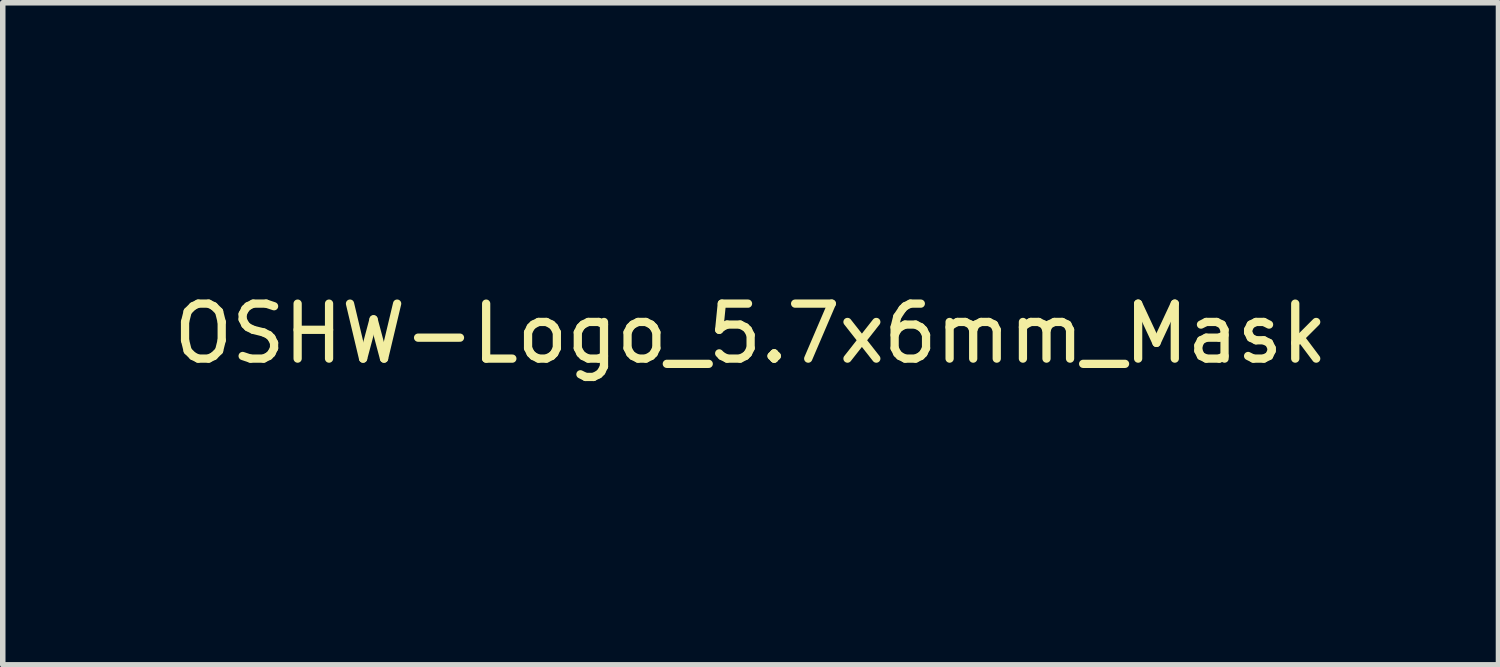
<source format=kicad_pcb>
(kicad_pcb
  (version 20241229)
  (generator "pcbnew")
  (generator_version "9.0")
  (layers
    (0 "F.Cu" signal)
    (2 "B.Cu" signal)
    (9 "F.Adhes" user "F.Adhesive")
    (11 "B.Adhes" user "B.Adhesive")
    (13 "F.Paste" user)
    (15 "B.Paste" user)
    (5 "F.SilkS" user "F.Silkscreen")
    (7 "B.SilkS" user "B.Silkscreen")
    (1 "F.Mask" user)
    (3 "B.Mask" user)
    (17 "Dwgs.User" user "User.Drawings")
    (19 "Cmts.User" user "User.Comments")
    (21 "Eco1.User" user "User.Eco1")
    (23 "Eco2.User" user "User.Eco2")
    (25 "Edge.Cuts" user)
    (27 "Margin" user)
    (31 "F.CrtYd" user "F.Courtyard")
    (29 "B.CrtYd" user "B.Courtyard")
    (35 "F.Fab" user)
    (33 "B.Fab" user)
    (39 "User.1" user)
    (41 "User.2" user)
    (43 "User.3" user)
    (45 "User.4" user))
  (footprint "OSHW-Logo_5.7x6mm_Mask"
    (layer "F.Cu")
    (at 10.601 3.017)
    (property "Reference" "OSHW-Logo_5.7x6mm_Mask" (at 0 0 0) (layer "F.SilkS") (effects (font (size 1 1) (thickness 0.15))))
    (attr exclude_from_pos_files exclude_from_bom)
    (fp_poly (pts (xy 1.799 1.458) (xy 1.843 1.471) (xy 1.871 1.488) (xy 1.88 1.501) (xy 1.877 1.517) (xy 1.861 1.541) (xy 1.847 1.559) (xy 1.819 1.59) (xy 1.798 1.604) (xy 1.78 1.603) (xy 1.726 1.589) (xy 1.687 1.59) (xy 1.655 1.605) (xy 1.644 1.614) (xy 1.61 1.646) (xy 1.61 2.062) (xy 1.471 2.062) (xy 1.471 1.459) (xy 1.54 1.459) (xy 1.582 1.46) (xy 1.603 1.466) (xy 1.61 1.477) (xy 1.61 1.478) (xy 1.612 1.49) (xy 1.626 1.488) (xy 1.644 1.48) (xy 1.682 1.464) (xy 1.713 1.454) (xy 1.753 1.451) (xy 1.799 1.458)) (stroke (width 0.01) (type solid)) (fill yes) (layer "F.Mask"))
    (fp_poly (pts (xy 1.635 2.401) (xy 1.684 2.411) (xy 1.711 2.425) (xy 1.74 2.449) (xy 1.699 2.501) (xy 1.673 2.532) (xy 1.656 2.547) (xy 1.639 2.55) (xy 1.614 2.542) (xy 1.602 2.538) (xy 1.554 2.532) (xy 1.51 2.545) (xy 1.478 2.576) (xy 1.473 2.585) (xy 1.467 2.611) (xy 1.463 2.659) (xy 1.46 2.725) (xy 1.459 2.806) (xy 1.459 2.817) (xy 1.459 3.018) (xy 1.32 3.018) (xy 1.32 2.402) (xy 1.389 2.402) (xy 1.429 2.403) (xy 1.45 2.407) (xy 1.458 2.418) (xy 1.459 2.428) (xy 1.459 2.454) (xy 1.492 2.428) (xy 1.53 2.41) (xy 1.581 2.401) (xy 1.635 2.401)) (stroke (width 0.01) (type solid)) (fill yes) (layer "F.Mask"))
    (fp_poly (pts (xy -0.993 2.403) (xy -0.975 2.409) (xy -0.968 2.421) (xy -0.968 2.427) (xy -0.967 2.442) (xy -0.96 2.445) (xy -0.939 2.434) (xy -0.927 2.427) (xy -0.889 2.411) (xy -0.844 2.403) (xy -0.797 2.403) (xy -0.752 2.409) (xy -0.716 2.42) (xy -0.693 2.436) (xy -0.688 2.456) (xy -0.69 2.462) (xy -0.707 2.485) (xy -0.733 2.513) (xy -0.738 2.517) (xy -0.762 2.538) (xy -0.784 2.545) (xy -0.814 2.54) (xy -0.826 2.537) (xy -0.863 2.529) (xy -0.889 2.533) (xy -0.911 2.545) (xy -0.931 2.561) (xy -0.946 2.581) (xy -0.956 2.609) (xy -0.963 2.648) (xy -0.967 2.704) (xy -0.968 2.779) (xy -0.968 2.824) (xy -0.968 3.018) (xy -1.094 3.018) (xy -1.094 2.402) (xy -1.031 2.402) (xy -0.993 2.403)) (stroke (width 0.01) (type solid)) (fill yes) (layer "F.Mask"))
    (fp_poly (pts (xy 0.993 1.654) (xy 0.995 1.747) (xy 0.999 1.817) (xy 1.008 1.867) (xy 1.022 1.902) (xy 1.042 1.923) (xy 1.071 1.933) (xy 1.107 1.936) (xy 1.144 1.933) (xy 1.172 1.922) (xy 1.192 1.9) (xy 1.206 1.865) (xy 1.214 1.814) (xy 1.219 1.742) (xy 1.22 1.654) (xy 1.22 1.459) (xy 1.358 1.459) (xy 1.358 2.062) (xy 1.289 2.062) (xy 1.247 2.06) (xy 1.226 2.055) (xy 1.22 2.043) (xy 1.216 2.033) (xy 1.202 2.035) (xy 1.173 2.05) (xy 1.106 2.071) (xy 1.036 2.07) (xy 0.968 2.046) (xy 0.936 2.027) (xy 0.912 2.007) (xy 0.894 1.982) (xy 0.881 1.947) (xy 0.874 1.901) (xy 0.87 1.839) (xy 0.868 1.758) (xy 0.868 1.695) (xy 0.868 1.459) (xy 0.993 1.459) (xy 0.993 1.654)) (stroke (width 0.01) (type solid)) (fill yes) (layer "F.Mask"))
    (fp_poly (pts (xy -0.754 1.469) (xy -0.723 1.484) (xy -0.692 1.506) (xy -0.669 1.53) (xy -0.652 1.562) (xy -0.641 1.604) (xy -0.634 1.66) (xy -0.63 1.734) (xy -0.629 1.829) (xy -0.629 1.839) (xy -0.629 2.062) (xy -0.767 2.062) (xy -0.767 1.856) (xy -0.767 1.78) (xy -0.768 1.725) (xy -0.77 1.687) (xy -0.773 1.661) (xy -0.779 1.643) (xy -0.788 1.63) (xy -0.8 1.618) (xy -0.843 1.59) (xy -0.89 1.585) (xy -0.934 1.602) (xy -0.95 1.615) (xy -0.961 1.627) (xy -0.969 1.641) (xy -0.975 1.659) (xy -0.978 1.686) (xy -0.98 1.726) (xy -0.981 1.784) (xy -0.981 1.854) (xy -0.981 2.062) (xy -1.119 2.062) (xy -1.119 1.459) (xy -1.05 1.459) (xy -1.008 1.46) (xy -0.987 1.466) (xy -0.981 1.477) (xy -0.981 1.478) (xy -0.978 1.489) (xy -0.965 1.488) (xy -0.94 1.475) (xy -0.883 1.457) (xy -0.817 1.455) (xy -0.754 1.469)) (stroke (width 0.01) (type solid)) (fill yes) (layer "F.Mask"))
    (fp_poly (pts (xy 2.217 1.464) (xy 2.29 1.495) (xy 2.313 1.51) (xy 2.342 1.533) (xy 2.361 1.551) (xy 2.364 1.557) (xy 2.355 1.57) (xy 2.332 1.593) (xy 2.313 1.608) (xy 2.263 1.649) (xy 2.223 1.615) (xy 2.192 1.594) (xy 2.162 1.586) (xy 2.127 1.588) (xy 2.073 1.602) (xy 2.035 1.63) (xy 2.012 1.675) (xy 2.002 1.741) (xy 2.002 1.741) (xy 2.002 1.815) (xy 2.016 1.869) (xy 2.044 1.906) (xy 2.063 1.918) (xy 2.114 1.934) (xy 2.168 1.934) (xy 2.215 1.919) (xy 2.226 1.911) (xy 2.253 1.893) (xy 2.275 1.889) (xy 2.299 1.903) (xy 2.325 1.929) (xy 2.366 1.971) (xy 2.32 2.008) (xy 2.25 2.051) (xy 2.17 2.072) (xy 2.087 2.07) (xy 2.033 2.056) (xy 1.969 2.022) (xy 1.918 1.968) (xy 1.895 1.93) (xy 1.876 1.876) (xy 1.867 1.806) (xy 1.867 1.731) (xy 1.876 1.659) (xy 1.894 1.599) (xy 1.897 1.593) (xy 1.94 1.532) (xy 1.998 1.488) (xy 2.067 1.461) (xy 2.141 1.453) (xy 2.217 1.464)) (stroke (width 0.01) (type solid)) (fill yes) (layer "F.Mask"))
    (fp_poly (pts (xy 0.611 1.466) (xy 0.674 1.501) (xy 0.724 1.555) (xy 0.748 1.6) (xy 0.758 1.639) (xy 0.764 1.695) (xy 0.767 1.76) (xy 0.766 1.824) (xy 0.761 1.881) (xy 0.755 1.912) (xy 0.734 1.953) (xy 0.698 1.997) (xy 0.656 2.036) (xy 0.613 2.061) (xy 0.612 2.061) (xy 0.56 2.072) (xy 0.497 2.073) (xy 0.438 2.063) (xy 0.415 2.055) (xy 0.356 2.021) (xy 0.314 1.978) (xy 0.286 1.92) (xy 0.271 1.844) (xy 0.267 1.804) (xy 0.268 1.754) (xy 0.402 1.754) (xy 0.407 1.827) (xy 0.42 1.882) (xy 0.441 1.918) (xy 0.456 1.928) (xy 0.493 1.935) (xy 0.539 1.933) (xy 0.577 1.923) (xy 0.588 1.917) (xy 0.615 1.885) (xy 0.632 1.835) (xy 0.64 1.774) (xy 0.636 1.708) (xy 0.628 1.669) (xy 0.604 1.624) (xy 0.567 1.595) (xy 0.522 1.586) (xy 0.475 1.596) (xy 0.439 1.621) (xy 0.42 1.642) (xy 0.409 1.662) (xy 0.404 1.69) (xy 0.402 1.733) (xy 0.402 1.754) (xy 0.268 1.754) (xy 0.268 1.698) (xy 0.285 1.611) (xy 0.319 1.543) (xy 0.369 1.494) (xy 0.435 1.464) (xy 0.45 1.46) (xy 0.535 1.452) (xy 0.611 1.466)) (stroke (width 0.01) (type solid)) (fill yes) (layer "F.Mask"))
    (fp_poly (pts (xy 0.282 2.404) (xy 0.331 2.408) (xy 0.461 2.798) (xy 0.482 2.729) (xy 0.494 2.686) (xy 0.51 2.628) (xy 0.528 2.565) (xy 0.537 2.531) (xy 0.571 2.402) (xy 0.714 2.402) (xy 0.672 2.537) (xy 0.651 2.603) (xy 0.625 2.684) (xy 0.599 2.767) (xy 0.575 2.842) (xy 0.521 3.012) (xy 0.463 3.015) (xy 0.404 3.019) (xy 0.373 2.915) (xy 0.353 2.85) (xy 0.332 2.778) (xy 0.313 2.715) (xy 0.313 2.713) (xy 0.299 2.67) (xy 0.286 2.641) (xy 0.278 2.63) (xy 0.276 2.631) (xy 0.27 2.648) (xy 0.258 2.685) (xy 0.242 2.736) (xy 0.224 2.798) (xy 0.214 2.832) (xy 0.159 3.018) (xy 0.043 3.018) (xy -0.049 2.725) (xy -0.075 2.643) (xy -0.099 2.569) (xy -0.119 2.506) (xy -0.135 2.457) (xy -0.145 2.426) (xy -0.148 2.417) (xy -0.146 2.407) (xy -0.127 2.403) (xy -0.087 2.404) (xy -0.081 2.404) (xy -0.008 2.408) (xy 0.04 2.584) (xy 0.058 2.648) (xy 0.073 2.705) (xy 0.086 2.748) (xy 0.094 2.775) (xy 0.095 2.779) (xy 0.101 2.774) (xy 0.113 2.749) (xy 0.13 2.706) (xy 0.15 2.65) (xy 0.167 2.599) (xy 0.232 2.401) (xy 0.282 2.404)) (stroke (width 0.01) (type solid)) (fill yes) (layer "F.Mask"))
    (fp_poly (pts (xy -2.538 1.465) (xy -2.472 1.494) (xy -2.423 1.543) (xy -2.388 1.611) (xy -2.37 1.699) (xy -2.369 1.712) (xy -2.368 1.809) (xy -2.381 1.894) (xy -2.408 1.962) (xy -2.423 1.984) (xy -2.473 2.031) (xy -2.538 2.061) (xy -2.61 2.074) (xy -2.683 2.067) (xy -2.739 2.048) (xy -2.787 2.015) (xy -2.826 1.971) (xy -2.827 1.97) (xy -2.843 1.943) (xy -2.853 1.916) (xy -2.86 1.882) (xy -2.863 1.834) (xy -2.865 1.795) (xy -2.866 1.759) (xy -2.74 1.759) (xy -2.739 1.795) (xy -2.734 1.842) (xy -2.726 1.872) (xy -2.712 1.894) (xy -2.699 1.907) (xy -2.652 1.933) (xy -2.603 1.937) (xy -2.557 1.918) (xy -2.534 1.896) (xy -2.517 1.875) (xy -2.507 1.854) (xy -2.503 1.828) (xy -2.503 1.788) (xy -2.504 1.751) (xy -2.507 1.698) (xy -2.512 1.664) (xy -2.52 1.641) (xy -2.533 1.624) (xy -2.544 1.615) (xy -2.589 1.589) (xy -2.637 1.588) (xy -2.678 1.603) (xy -2.713 1.635) (xy -2.733 1.687) (xy -2.74 1.759) (xy -2.866 1.759) (xy -2.866 1.717) (xy -2.864 1.658) (xy -2.856 1.614) (xy -2.843 1.579) (xy -2.822 1.549) (xy -2.814 1.539) (xy -2.766 1.494) (xy -2.714 1.467) (xy -2.651 1.456) (xy -2.62 1.455) (xy -2.538 1.465)) (stroke (width 0.01) (type solid)) (fill yes) (layer "F.Mask"))
    (fp_poly (pts (xy -0.201 3.018) (xy -0.27 3.018) (xy -0.31 3.017) (xy -0.331 3.012) (xy -0.339 3.001) (xy -0.34 2.994) (xy -0.341 2.98) (xy -0.349 2.977) (xy -0.37 2.986) (xy -0.386 2.994) (xy -0.449 3.014) (xy -0.517 3.015) (xy -0.573 3) (xy -0.624 2.965) (xy -0.664 2.913) (xy -0.685 2.851) (xy -0.686 2.848) (xy -0.689 2.811) (xy -0.691 2.757) (xy -0.691 2.716) (xy -0.553 2.716) (xy -0.55 2.77) (xy -0.543 2.815) (xy -0.533 2.84) (xy -0.496 2.874) (xy -0.452 2.887) (xy -0.407 2.877) (xy -0.368 2.847) (xy -0.353 2.827) (xy -0.345 2.803) (xy -0.34 2.768) (xy -0.34 2.716) (xy -0.341 2.664) (xy -0.346 2.619) (xy -0.353 2.588) (xy -0.354 2.585) (xy -0.38 2.553) (xy -0.42 2.535) (xy -0.463 2.532) (xy -0.504 2.545) (xy -0.534 2.573) (xy -0.537 2.578) (xy -0.547 2.612) (xy -0.552 2.661) (xy -0.553 2.716) (xy -0.691 2.716) (xy -0.691 2.696) (xy -0.69 2.663) (xy -0.684 2.581) (xy -0.671 2.52) (xy -0.649 2.474) (xy -0.618 2.441) (xy -0.587 2.421) (xy -0.544 2.407) (xy -0.491 2.402) (xy -0.436 2.406) (xy -0.39 2.418) (xy -0.365 2.433) (xy -0.34 2.456) (xy -0.34 2.163) (xy -0.201 2.163) (xy -0.201 3.018)) (stroke (width 0.01) (type solid)) (fill yes) (layer "F.Mask"))
    (fp_poly (pts (xy 2.678 1.456) (xy 2.71 1.464) (xy 2.772 1.493) (xy 2.825 1.537) (xy 2.861 1.589) (xy 2.866 1.601) (xy 2.873 1.632) (xy 2.878 1.677) (xy 2.88 1.723) (xy 2.88 1.811) (xy 2.697 1.811) (xy 2.622 1.811) (xy 2.569 1.813) (xy 2.535 1.817) (xy 2.518 1.826) (xy 2.514 1.84) (xy 2.521 1.86) (xy 2.533 1.884) (xy 2.566 1.925) (xy 2.612 1.945) (xy 2.669 1.944) (xy 2.733 1.922) (xy 2.788 1.895) (xy 2.834 1.932) (xy 2.88 1.968) (xy 2.837 2.008) (xy 2.779 2.046) (xy 2.708 2.068) (xy 2.632 2.075) (xy 2.558 2.063) (xy 2.546 2.059) (xy 2.481 2.026) (xy 2.433 1.975) (xy 2.4 1.906) (xy 2.382 1.818) (xy 2.382 1.816) (xy 2.381 1.72) (xy 2.387 1.686) (xy 2.515 1.686) (xy 2.527 1.691) (xy 2.558 1.695) (xy 2.605 1.697) (xy 2.635 1.698) (xy 2.691 1.697) (xy 2.725 1.696) (xy 2.744 1.692) (xy 2.75 1.685) (xy 2.748 1.674) (xy 2.747 1.669) (xy 2.724 1.627) (xy 2.689 1.594) (xy 2.658 1.579) (xy 2.616 1.58) (xy 2.574 1.598) (xy 2.539 1.629) (xy 2.518 1.666) (xy 2.515 1.686) (xy 2.387 1.686) (xy 2.397 1.635) (xy 2.429 1.564) (xy 2.475 1.509) (xy 2.533 1.471) (xy 2.601 1.453) (xy 2.678 1.456)) (stroke (width 0.01) (type solid)) (fill yes) (layer "F.Mask"))
    (fp_poly (pts (xy 0.014 1.456) (xy 0.062 1.465) (xy 0.111 1.484) (xy 0.116 1.487) (xy 0.154 1.506) (xy 0.18 1.525) (xy 0.188 1.537) (xy 0.18 1.556) (xy 0.161 1.584) (xy 0.152 1.594) (xy 0.117 1.636) (xy 0.071 1.609) (xy 0.027 1.591) (xy -0.023 1.581) (xy -0.071 1.581) (xy -0.109 1.59) (xy -0.117 1.595) (xy -0.135 1.621) (xy -0.137 1.651) (xy -0.124 1.674) (xy -0.116 1.679) (xy -0.094 1.684) (xy -0.054 1.691) (xy -0.005 1.697) (xy 0.004 1.698) (xy 0.083 1.712) (xy 0.14 1.735) (xy 0.178 1.77) (xy 0.199 1.818) (xy 0.206 1.878) (xy 0.197 1.945) (xy 0.167 1.998) (xy 0.117 2.037) (xy 0.047 2.061) (xy -0.031 2.071) (xy -0.095 2.071) (xy -0.147 2.062) (xy -0.182 2.05) (xy -0.227 2.029) (xy -0.268 2.005) (xy -0.283 1.994) (xy -0.321 1.963) (xy -0.275 1.917) (xy -0.23 1.871) (xy -0.178 1.905) (xy -0.126 1.931) (xy -0.071 1.944) (xy -0.017 1.946) (xy 0.028 1.935) (xy 0.06 1.914) (xy 0.07 1.895) (xy 0.069 1.865) (xy 0.043 1.843) (xy -0.007 1.827) (xy -0.061 1.82) (xy -0.145 1.806) (xy -0.207 1.78) (xy -0.248 1.741) (xy -0.27 1.688) (xy -0.273 1.625) (xy -0.258 1.56) (xy -0.225 1.51) (xy -0.171 1.476) (xy -0.099 1.458) (xy -0.045 1.455) (xy 0.014 1.456)) (stroke (width 0.01) (type solid)) (fill yes) (layer "F.Mask"))
    (fp_poly (pts (xy 2.033 2.405) (xy 2.093 2.421) (xy 2.143 2.453) (xy 2.167 2.477) (xy 2.207 2.534) (xy 2.23 2.6) (xy 2.238 2.681) (xy 2.238 2.688) (xy 2.238 2.754) (xy 1.858 2.754) (xy 1.866 2.788) (xy 1.881 2.82) (xy 1.907 2.852) (xy 1.912 2.857) (xy 1.958 2.886) (xy 2.01 2.89) (xy 2.071 2.872) (xy 2.081 2.867) (xy 2.112 2.852) (xy 2.133 2.843) (xy 2.137 2.842) (xy 2.15 2.85) (xy 2.174 2.869) (xy 2.187 2.879) (xy 2.212 2.903) (xy 2.221 2.919) (xy 2.215 2.934) (xy 2.212 2.938) (xy 2.191 2.955) (xy 2.156 2.976) (xy 2.131 2.988) (xy 2.062 3.01) (xy 1.985 3.017) (xy 1.913 3.009) (xy 1.892 3.003) (xy 1.829 2.969) (xy 1.783 2.917) (xy 1.752 2.846) (xy 1.737 2.757) (xy 1.736 2.71) (xy 1.74 2.641) (xy 1.861 2.641) (xy 1.873 2.646) (xy 1.904 2.65) (xy 1.95 2.653) (xy 1.98 2.653) (xy 2.036 2.653) (xy 2.071 2.651) (xy 2.09 2.647) (xy 2.098 2.639) (xy 2.1 2.628) (xy 2.089 2.594) (xy 2.062 2.561) (xy 2.026 2.535) (xy 1.991 2.525) (xy 1.942 2.534) (xy 1.9 2.561) (xy 1.871 2.6) (xy 1.861 2.641) (xy 1.74 2.641) (xy 1.743 2.61) (xy 1.764 2.531) (xy 1.8 2.471) (xy 1.852 2.431) (xy 1.92 2.408) (xy 1.957 2.404) (xy 2.033 2.405)) (stroke (width 0.01) (type solid)) (fill yes) (layer "F.Mask"))
    (fp_poly (pts (xy -1.357 1.473) (xy -1.344 1.479) (xy -1.301 1.51) (xy -1.26 1.557) (xy -1.229 1.608) (xy -1.22 1.631) (xy -1.213 1.673) (xy -1.208 1.724) (xy -1.207 1.745) (xy -1.207 1.811) (xy -1.587 1.811) (xy -1.579 1.845) (xy -1.559 1.886) (xy -1.524 1.922) (xy -1.483 1.944) (xy -1.457 1.949) (xy -1.421 1.943) (xy -1.378 1.929) (xy -1.364 1.922) (xy -1.31 1.896) (xy -1.265 1.93) (xy -1.238 1.954) (xy -1.224 1.973) (xy -1.223 1.979) (xy -1.236 1.993) (xy -1.263 2.014) (xy -1.288 2.03) (xy -1.356 2.06) (xy -1.431 2.073) (xy -1.506 2.07) (xy -1.565 2.052) (xy -1.627 2.013) (xy -1.671 1.962) (xy -1.698 1.895) (xy -1.71 1.811) (xy -1.711 1.773) (xy -1.707 1.685) (xy -1.706 1.682) (xy -1.581 1.682) (xy -1.577 1.691) (xy -1.563 1.695) (xy -1.533 1.697) (xy -1.485 1.698) (xy -1.466 1.698) (xy -1.408 1.697) (xy -1.372 1.694) (xy -1.353 1.689) (xy -1.346 1.681) (xy -1.345 1.679) (xy -1.353 1.658) (xy -1.373 1.63) (xy -1.382 1.62) (xy -1.413 1.591) (xy -1.446 1.58) (xy -1.464 1.579) (xy -1.512 1.591) (xy -1.552 1.622) (xy -1.577 1.668) (xy -1.578 1.669) (xy -1.581 1.682) (xy -1.706 1.682) (xy -1.692 1.616) (xy -1.666 1.56) (xy -1.634 1.521) (xy -1.574 1.478) (xy -1.504 1.455) (xy -1.43 1.453) (xy -1.357 1.473)) (stroke (width 0.01) (type solid)) (fill yes) (layer "F.Mask"))
    (fp_poly (pts (xy 1.038 2.405) (xy 1.091 2.418) (xy 1.107 2.425) (xy 1.136 2.443) (xy 1.159 2.463) (xy 1.176 2.489) (xy 1.188 2.524) (xy 1.196 2.572) (xy 1.201 2.636) (xy 1.204 2.72) (xy 1.205 2.776) (xy 1.209 3.018) (xy 1.139 3.018) (xy 1.096 3.016) (xy 1.074 3.01) (xy 1.069 3) (xy 1.066 2.989) (xy 1.052 2.991) (xy 1.034 3) (xy 0.989 3.013) (xy 0.93 3.017) (xy 0.868 3.011) (xy 0.814 2.996) (xy 0.809 2.993) (xy 0.759 2.958) (xy 0.726 2.909) (xy 0.711 2.852) (xy 0.712 2.832) (xy 0.836 2.832) (xy 0.846 2.859) (xy 0.879 2.879) (xy 0.931 2.89) (xy 0.959 2.891) (xy 1.005 2.888) (xy 1.036 2.874) (xy 1.044 2.867) (xy 1.064 2.831) (xy 1.069 2.798) (xy 1.069 2.754) (xy 1.008 2.754) (xy 0.936 2.757) (xy 0.886 2.769) (xy 0.855 2.789) (xy 0.848 2.798) (xy 0.836 2.832) (xy 0.712 2.832) (xy 0.714 2.792) (xy 0.737 2.735) (xy 0.768 2.697) (xy 0.786 2.68) (xy 0.805 2.669) (xy 0.829 2.662) (xy 0.864 2.658) (xy 0.917 2.656) (xy 0.938 2.655) (xy 1.069 2.651) (xy 1.069 2.611) (xy 1.064 2.569) (xy 1.045 2.544) (xy 1.008 2.528) (xy 1.007 2.528) (xy 0.954 2.521) (xy 0.903 2.53) (xy 0.865 2.55) (xy 0.849 2.56) (xy 0.833 2.558) (xy 0.807 2.544) (xy 0.792 2.534) (xy 0.763 2.512) (xy 0.745 2.496) (xy 0.742 2.491) (xy 0.754 2.467) (xy 0.789 2.438) (xy 0.805 2.428) (xy 0.849 2.412) (xy 0.908 2.402) (xy 0.974 2.4) (xy 1.038 2.405)) (stroke (width 0.01) (type solid)) (fill yes) (layer "F.Mask"))
    (fp_poly (pts (xy -1.384 2.407) (xy -1.325 2.422) (xy -1.28 2.451) (xy -1.248 2.488) (xy -1.238 2.504) (xy -1.231 2.521) (xy -1.226 2.543) (xy -1.223 2.573) (xy -1.221 2.615) (xy -1.22 2.674) (xy -1.22 2.753) (xy -1.22 2.774) (xy -1.22 3.018) (xy -1.28 3.018) (xy -1.319 3.015) (xy -1.347 3.008) (xy -1.354 3.004) (xy -1.374 2.997) (xy -1.394 3.004) (xy -1.426 3.013) (xy -1.474 3.017) (xy -1.527 3.015) (xy -1.575 3.009) (xy -1.603 3) (xy -1.658 2.965) (xy -1.692 2.916) (xy -1.707 2.852) (xy -1.707 2.85) (xy -1.706 2.822) (xy -1.584 2.822) (xy -1.574 2.854) (xy -1.556 2.873) (xy -1.522 2.886) (xy -1.476 2.892) (xy -1.429 2.889) (xy -1.392 2.878) (xy -1.381 2.871) (xy -1.363 2.839) (xy -1.358 2.802) (xy -1.358 2.754) (xy -1.428 2.754) (xy -1.494 2.759) (xy -1.544 2.773) (xy -1.575 2.796) (xy -1.584 2.822) (xy -1.706 2.822) (xy -1.704 2.78) (xy -1.681 2.724) (xy -1.637 2.682) (xy -1.631 2.678) (xy -1.605 2.665) (xy -1.573 2.658) (xy -1.528 2.654) (xy -1.474 2.653) (xy -1.358 2.653) (xy -1.358 2.604) (xy -1.363 2.567) (xy -1.376 2.541) (xy -1.377 2.54) (xy -1.405 2.529) (xy -1.447 2.525) (xy -1.494 2.527) (xy -1.535 2.535) (xy -1.56 2.547) (xy -1.573 2.557) (xy -1.587 2.559) (xy -1.607 2.551) (xy -1.636 2.531) (xy -1.68 2.497) (xy -1.684 2.494) (xy -1.682 2.482) (xy -1.665 2.463) (xy -1.638 2.441) (xy -1.61 2.423) (xy -1.6 2.419) (xy -1.567 2.41) (xy -1.519 2.404) (xy -1.465 2.402) (xy -1.462 2.402) (xy -1.384 2.407)) (stroke (width 0.01) (type solid)) (fill yes) (layer "F.Mask"))
    (fp_poly (pts (xy -1.909 1.469) (xy -1.882 1.482) (xy -1.85 1.505) (xy -1.826 1.53) (xy -1.809 1.561) (xy -1.799 1.603) (xy -1.794 1.66) (xy -1.792 1.736) (xy -1.792 1.769) (xy -1.792 1.841) (xy -1.794 1.892) (xy -1.796 1.927) (xy -1.802 1.952) (xy -1.81 1.97) (xy -1.818 1.982) (xy -1.87 2.034) (xy -1.932 2.065) (xy -1.999 2.075) (xy -2.066 2.061) (xy -2.087 2.051) (xy -2.138 2.025) (xy -2.138 2.44) (xy -2.101 2.421) (xy -2.052 2.406) (xy -1.992 2.402) (xy -1.932 2.409) (xy -1.886 2.425) (xy -1.849 2.455) (xy -1.817 2.498) (xy -1.814 2.502) (xy -1.804 2.523) (xy -1.797 2.544) (xy -1.791 2.57) (xy -1.788 2.604) (xy -1.786 2.651) (xy -1.786 2.715) (xy -1.786 2.787) (xy -1.786 3.018) (xy -1.924 3.018) (xy -1.924 2.593) (xy -1.963 2.56) (xy -2.003 2.534) (xy -2.041 2.529) (xy -2.079 2.541) (xy -2.099 2.553) (xy -2.115 2.57) (xy -2.125 2.596) (xy -2.133 2.634) (xy -2.137 2.688) (xy -2.14 2.761) (xy -2.141 2.81) (xy -2.144 3.012) (xy -2.21 3.015) (xy -2.276 3.019) (xy -2.276 1.771) (xy -2.138 1.771) (xy -2.134 1.84) (xy -2.122 1.889) (xy -2.1 1.919) (xy -2.066 1.933) (xy -2.031 1.936) (xy -1.991 1.933) (xy -1.965 1.92) (xy -1.949 1.902) (xy -1.936 1.883) (xy -1.928 1.862) (xy -1.925 1.832) (xy -1.925 1.787) (xy -1.926 1.75) (xy -1.929 1.694) (xy -1.932 1.657) (xy -1.939 1.633) (xy -1.95 1.617) (xy -1.96 1.608) (xy -2.002 1.589) (xy -2.052 1.585) (xy -2.08 1.592) (xy -2.109 1.616) (xy -2.128 1.664) (xy -2.137 1.734) (xy -2.138 1.771) (xy -2.276 1.771) (xy -2.276 1.459) (xy -2.207 1.459) (xy -2.165 1.46) (xy -2.144 1.466) (xy -2.138 1.477) (xy -2.138 1.478) (xy -2.135 1.489) (xy -2.122 1.488) (xy -2.097 1.475) (xy -2.038 1.457) (xy -1.972 1.455) (xy -1.909 1.469)) (stroke (width 0.01) (type solid)) (fill yes) (layer "F.Mask"))
    (fp_poly (pts (xy 0.377 -2.71) (xy 0.434 -2.408) (xy 0.853 -2.235) (xy 1.105 -2.407) (xy 1.175 -2.454) (xy 1.239 -2.497) (xy 1.293 -2.532) (xy 1.334 -2.559) (xy 1.36 -2.574) (xy 1.367 -2.578) (xy 1.379 -2.569) (xy 1.406 -2.545) (xy 1.444 -2.509) (xy 1.491 -2.464) (xy 1.542 -2.413) (xy 1.596 -2.358) (xy 1.649 -2.304) (xy 1.698 -2.253) (xy 1.741 -2.208) (xy 1.773 -2.172) (xy 1.793 -2.148) (xy 1.798 -2.14) (xy 1.791 -2.125) (xy 1.772 -2.093) (xy 1.742 -2.047) (xy 1.705 -1.989) (xy 1.66 -1.923) (xy 1.635 -1.886) (xy 1.588 -1.817) (xy 1.546 -1.755) (xy 1.512 -1.703) (xy 1.487 -1.664) (xy 1.473 -1.641) (xy 1.471 -1.636) (xy 1.476 -1.622) (xy 1.489 -1.59) (xy 1.508 -1.544) (xy 1.531 -1.488) (xy 1.557 -1.427) (xy 1.583 -1.366) (xy 1.607 -1.31) (xy 1.628 -1.262) (xy 1.643 -1.228) (xy 1.651 -1.211) (xy 1.652 -1.211) (xy 1.665 -1.208) (xy 1.699 -1.201) (xy 1.75 -1.191) (xy 1.816 -1.178) (xy 1.893 -1.163) (xy 1.937 -1.155) (xy 2.019 -1.14) (xy 2.093 -1.125) (xy 2.155 -1.112) (xy 2.202 -1.101) (xy 2.23 -1.093) (xy 2.235 -1.091) (xy 2.241 -1.074) (xy 2.245 -1.037) (xy 2.248 -0.983) (xy 2.251 -0.917) (xy 2.252 -0.844) (xy 2.252 -0.767) (xy 2.251 -0.691) (xy 2.249 -0.621) (xy 2.246 -0.56) (xy 2.243 -0.514) (xy 2.238 -0.486) (xy 2.235 -0.48) (xy 2.217 -0.473) (xy 2.179 -0.463) (xy 2.127 -0.451) (xy 2.065 -0.439) (xy 2.043 -0.435) (xy 1.938 -0.415) (xy 1.855 -0.4) (xy 1.792 -0.388) (xy 1.745 -0.378) (xy 1.711 -0.37) (xy 1.689 -0.363) (xy 1.676 -0.357) (xy 1.667 -0.351) (xy 1.666 -0.35) (xy 1.655 -0.331) (xy 1.638 -0.294) (xy 1.616 -0.244) (xy 1.592 -0.185) (xy 1.567 -0.121) (xy 1.543 -0.058) (xy 1.522 0.001) (xy 1.505 0.05) (xy 1.494 0.086) (xy 1.492 0.104) (xy 1.492 0.104) (xy 1.501 0.119) (xy 1.523 0.151) (xy 1.554 0.197) (xy 1.593 0.253) (xy 1.637 0.318) (xy 1.649 0.336) (xy 1.694 0.402) (xy 1.733 0.462) (xy 1.765 0.513) (xy 1.787 0.552) (xy 1.798 0.574) (xy 1.798 0.576) (xy 1.789 0.591) (xy 1.765 0.619) (xy 1.729 0.658) (xy 1.683 0.706) (xy 1.632 0.758) (xy 1.577 0.812) (xy 1.523 0.865) (xy 1.472 0.913) (xy 1.427 0.955) (xy 1.391 0.985) (xy 1.368 1.003) (xy 1.362 1.006) (xy 1.347 0.999) (xy 1.316 0.981) (xy 1.275 0.954) (xy 1.244 0.933) (xy 1.187 0.894) (xy 1.119 0.847) (xy 1.051 0.801) (xy 1.014 0.776) (xy 0.891 0.693) (xy 0.787 0.749) (xy 0.74 0.773) (xy 0.7 0.792) (xy 0.672 0.803) (xy 0.665 0.805) (xy 0.657 0.794) (xy 0.641 0.762) (xy 0.617 0.713) (xy 0.588 0.649) (xy 0.555 0.574) (xy 0.518 0.489) (xy 0.48 0.399) (xy 0.441 0.306) (xy 0.402 0.213) (xy 0.365 0.123) (xy 0.331 0.039) (xy 0.301 -0.037) (xy 0.276 -0.1) (xy 0.258 -0.15) (xy 0.248 -0.182) (xy 0.246 -0.193) (xy 0.259 -0.206) (xy 0.288 -0.229) (xy 0.325 -0.256) (xy 0.329 -0.258) (xy 0.426 -0.336) (xy 0.505 -0.427) (xy 0.564 -0.528) (xy 0.603 -0.637) (xy 0.621 -0.749) (xy 0.617 -0.863) (xy 0.591 -0.976) (xy 0.542 -1.084) (xy 0.527 -1.108) (xy 0.452 -1.203) (xy 0.364 -1.28) (xy 0.265 -1.337) (xy 0.158 -1.375) (xy 0.047 -1.393) (xy -0.066 -1.39) (xy -0.176 -1.367) (xy -0.282 -1.322) (xy -0.38 -1.256) (xy -0.41 -1.23) (xy -0.488 -1.145) (xy -0.544 -1.057) (xy -0.582 -0.958) (xy -0.604 -0.86) (xy -0.609 -0.749) (xy -0.591 -0.638) (xy -0.553 -0.531) (xy -0.494 -0.43) (xy -0.418 -0.34) (xy -0.327 -0.264) (xy -0.315 -0.256) (xy -0.277 -0.23) (xy -0.248 -0.207) (xy -0.234 -0.193) (xy -0.234 -0.193) (xy -0.237 -0.177) (xy -0.248 -0.141) (xy -0.268 -0.089) (xy -0.293 -0.023) (xy -0.324 0.055) (xy -0.359 0.14) (xy -0.397 0.231) (xy -0.436 0.325) (xy -0.475 0.417) (xy -0.513 0.506) (xy -0.549 0.589) (xy -0.582 0.662) (xy -0.61 0.724) (xy -0.632 0.77) (xy -0.647 0.797) (xy -0.653 0.805) (xy -0.671 0.799) (xy -0.706 0.784) (xy -0.75 0.762) (xy -0.774 0.749) (xy -0.878 0.693) (xy -1.002 0.776) (xy -1.065 0.819) (xy -1.134 0.866) (xy -1.199 0.911) (xy -1.231 0.933) (xy -1.277 0.963) (xy -1.315 0.988) (xy -1.342 1.003) (xy -1.351 1.006) (xy -1.363 0.997) (xy -1.391 0.974) (xy -1.431 0.937) (xy -1.482 0.891) (xy -1.539 0.836) (xy -1.575 0.801) (xy -1.639 0.739) (xy -1.694 0.683) (xy -1.738 0.636) (xy -1.769 0.601) (xy -1.784 0.579) (xy -1.786 0.575) (xy -1.779 0.558) (xy -1.76 0.524) (xy -1.73 0.476) (xy -1.693 0.419) (xy -1.649 0.354) (xy -1.637 0.336) (xy -1.592 0.27) (xy -1.551 0.211) (xy -1.518 0.162) (xy -1.493 0.126) (xy -1.481 0.107) (xy -1.479 0.104) (xy -1.481 0.089) (xy -1.491 0.055) (xy -1.507 0.006) (xy -1.528 -0.052) (xy -1.552 -0.115) (xy -1.577 -0.178) (xy -1.601 -0.238) (xy -1.623 -0.29) (xy -1.641 -0.328) (xy -1.653 -0.349) (xy -1.654 -0.35) (xy -1.661 -0.356) (xy -1.674 -0.362) (xy -1.694 -0.369) (xy -1.725 -0.376) (xy -1.769 -0.386) (xy -1.829 -0.397) (xy -1.908 -0.412) (xy -2.009 -0.431) (xy -2.03 -0.435) (xy -2.095 -0.447) (xy -2.151 -0.459) (xy -2.194 -0.47) (xy -2.219 -0.478) (xy -2.222 -0.48) (xy -2.228 -0.497) (xy -2.232 -0.534) (xy -2.235 -0.588) (xy -2.238 -0.654) (xy -2.239 -0.728) (xy -2.239 -0.804) (xy -2.239 -0.88) (xy -2.237 -0.95) (xy -2.234 -1.011) (xy -2.23 -1.057) (xy -2.225 -1.085) (xy -2.223 -1.091) (xy -2.206 -1.096) (xy -2.169 -1.106) (xy -2.114 -1.118) (xy -2.045 -1.132) (xy -1.967 -1.147) (xy -1.925 -1.155) (xy -1.844 -1.17) (xy -1.772 -1.184) (xy -1.712 -1.196) (xy -1.668 -1.204) (xy -1.643 -1.21) (xy -1.639 -1.211) (xy -1.633 -1.224) (xy -1.618 -1.256) (xy -1.598 -1.302) (xy -1.574 -1.358) (xy -1.548 -1.418) (xy -1.522 -1.479) (xy -1.498 -1.536) (xy -1.479 -1.584) (xy -1.465 -1.619) (xy -1.459 -1.636) (xy -1.459 -1.637) (xy -1.465 -1.65) (xy -1.485 -1.681) (xy -1.514 -1.727) (xy -1.552 -1.784) (xy -1.596 -1.849) (xy -1.622 -1.886) (xy -1.669 -1.955) (xy -1.71 -2.017) (xy -1.745 -2.07) (xy -1.77 -2.11) (xy -1.784 -2.135) (xy -1.786 -2.14) (xy -1.777 -2.153) (xy -1.754 -2.18) (xy -1.718 -2.219) (xy -1.673 -2.266) (xy -1.623 -2.318) (xy -1.569 -2.373) (xy -1.516 -2.426) (xy -1.465 -2.476) (xy -1.421 -2.519) (xy -1.385 -2.553) (xy -1.362 -2.573) (xy -1.354 -2.578) (xy -1.341 -2.571) (xy -1.311 -2.552) (xy -1.265 -2.522) (xy -1.208 -2.485) (xy -1.142 -2.44) (xy -1.092 -2.407) (xy -0.841 -2.235) (xy -0.631 -2.322) (xy -0.421 -2.408) (xy -0.364 -2.71) (xy -0.308 -3.012) (xy 0.32 -3.012) (xy 0.377 -2.71)) (stroke (width 0.01) (type solid)) (fill yes) (layer "F.Mask")))
  (gr_rect
    (start -3 -3)
    (end 24.202 9.041)
    (stroke (width 0.1) (type default))
    (fill no)
    (layer "Edge.Cuts")))
</source>
